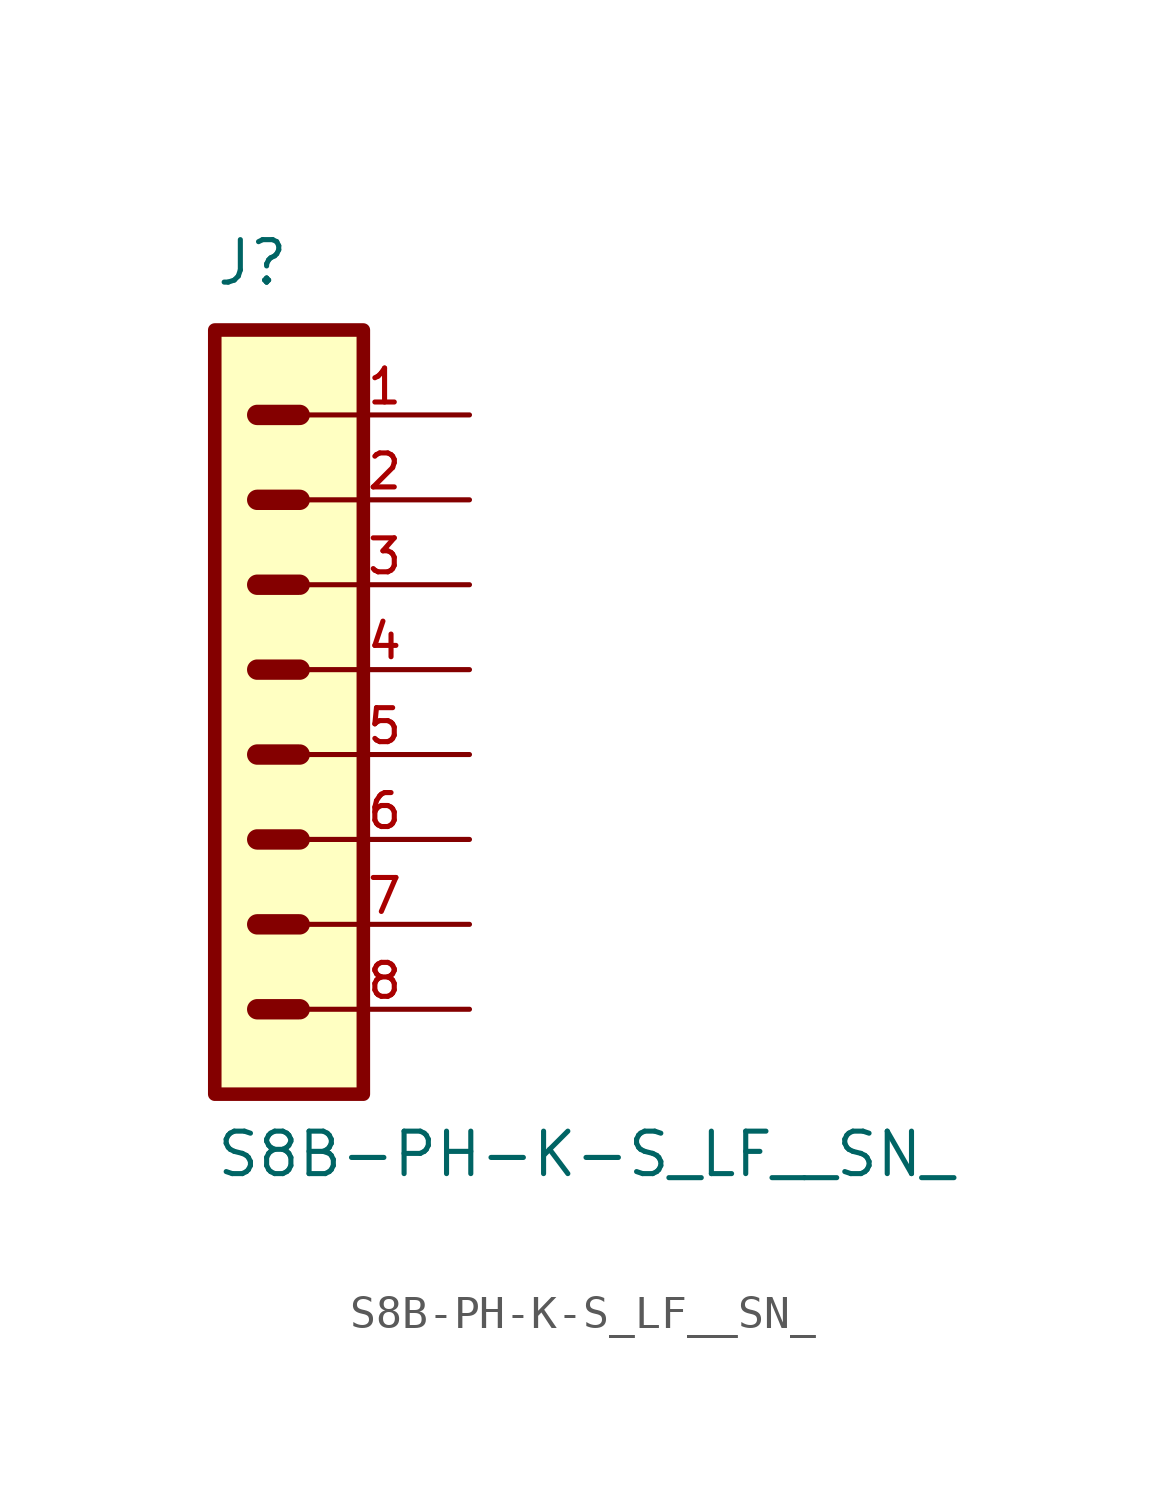
<source format=kicad_sym>
(kicad_symbol_lib
  (version 20211014)
  (generator kicad_symbol_editor)
  (symbol "S8B-PH-K-S_LF__SN_"
    (pin_names
      (offset 1.016))
    (property "Reference" "J"
      (at -2.54 12.7 0)
      (effects (font (size 1.27 1.27)) (justify bottom left)))
    (property "Value" "S8B-PH-K-S_LF__SN_"
      (at -2.54 -13.97 0)
      (effects (font (size 1.27 1.27)) (justify bottom left)))
    (symbol "S8B-PH-K-S_LF__SN__0_0"
      (polyline (pts (xy -1.27 6.35) (xy 0.0 6.35)) (stroke (width 0.61)))
      (polyline (pts (xy -1.27 8.89) (xy 0.0 8.89)) (stroke (width 0.61)))
      (polyline (pts (xy -1.27 3.81) (xy 0.0 3.81)) (stroke (width 0.61)))
      (polyline (pts (xy -1.27 1.27) (xy 0.0 1.27)) (stroke (width 0.61)))
      (polyline (pts (xy -1.27 -1.27) (xy 0.0 -1.27)) (stroke (width 0.61)))
      (polyline (pts (xy -1.27 -3.81) (xy 0.0 -3.81)) (stroke (width 0.61)))
      (polyline (pts (xy -1.27 -6.35) (xy 0.0 -6.35)) (stroke (width 0.61)))
      (polyline (pts (xy -1.27 -8.89) (xy 0.0 -8.89)) (stroke (width 0.61)))
      (rectangle (start -2.54 -11.43) (end 1.905 11.43) (stroke (width 0.406)) (fill (type background)))
      (pin passive line (at 5.08 8.89 180.0) (length 5.08) (name "~" (effects (font (size 1.016 1.016)))) (number "1" (effects (font (size 1.016 1.016)))))
      (pin passive line (at 5.08 6.35 180.0) (length 5.08) (name "~" (effects (font (size 1.016 1.016)))) (number "2" (effects (font (size 1.016 1.016)))))
      (pin passive line (at 5.08 3.81 180.0) (length 5.08) (name "~" (effects (font (size 1.016 1.016)))) (number "3" (effects (font (size 1.016 1.016)))))
      (pin passive line (at 5.08 1.27 180.0) (length 5.08) (name "~" (effects (font (size 1.016 1.016)))) (number "4" (effects (font (size 1.016 1.016)))))
      (pin passive line (at 5.08 -1.27 180.0) (length 5.08) (name "~" (effects (font (size 1.016 1.016)))) (number "5" (effects (font (size 1.016 1.016)))))
      (pin passive line (at 5.08 -3.81 180.0) (length 5.08) (name "~" (effects (font (size 1.016 1.016)))) (number "6" (effects (font (size 1.016 1.016)))))
      (pin passive line (at 5.08 -6.35 180.0) (length 5.08) (name "~" (effects (font (size 1.016 1.016)))) (number "7" (effects (font (size 1.016 1.016)))))
      (pin passive line (at 5.08 -8.89 180.0) (length 5.08) (name "~" (effects (font (size 1.016 1.016)))) (number "8" (effects (font (size 1.016 1.016))))))))
</source>
